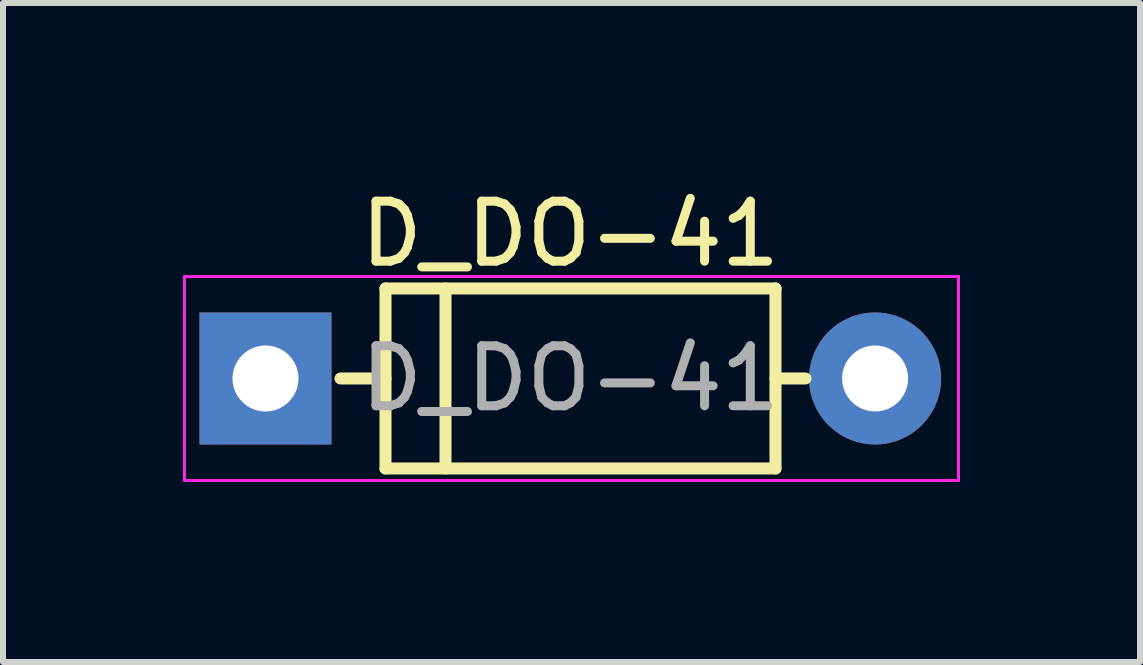
<source format=kicad_pcb>
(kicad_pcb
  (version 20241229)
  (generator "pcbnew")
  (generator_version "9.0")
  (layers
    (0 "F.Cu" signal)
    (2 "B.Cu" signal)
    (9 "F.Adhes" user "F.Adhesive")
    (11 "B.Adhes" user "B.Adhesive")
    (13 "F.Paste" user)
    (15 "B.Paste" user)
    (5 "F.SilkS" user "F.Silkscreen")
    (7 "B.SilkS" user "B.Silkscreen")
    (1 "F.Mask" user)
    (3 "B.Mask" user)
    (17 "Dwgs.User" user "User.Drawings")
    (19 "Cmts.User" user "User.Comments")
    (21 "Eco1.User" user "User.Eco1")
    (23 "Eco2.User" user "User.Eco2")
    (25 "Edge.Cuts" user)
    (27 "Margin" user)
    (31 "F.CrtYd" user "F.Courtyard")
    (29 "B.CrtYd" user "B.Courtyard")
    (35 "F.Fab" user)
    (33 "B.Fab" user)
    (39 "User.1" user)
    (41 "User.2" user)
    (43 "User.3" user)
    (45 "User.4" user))
  (footprint "D_DO-41"
    (layer "F.Cu")
    (at 1.375 3.258)
    (property "Reference" "D_DO-41" (at 5.08 -2.41 0) (layer "F.SilkS") (effects (font (size 1 1) (thickness 0.15))))
    (attr through_hole)
    (fp_line (start 2 -1.5) (end 2 1.5) (stroke (width 0.2) (type solid)) (layer "F.SilkS"))
    (fp_line (start 2 0) (end 1.25 0) (stroke (width 0.2) (type solid)) (layer "F.SilkS"))
    (fp_line (start 2 1.5) (end 8.5 1.5) (stroke (width 0.2) (type solid)) (layer "F.SilkS"))
    (fp_line (start 3 -1.5) (end 3 1.5) (stroke (width 0.2) (type solid)) (layer "F.SilkS"))
    (fp_line (start 8.5 -1.5) (end 2 -1.5) (stroke (width 0.2) (type solid)) (layer "F.SilkS"))
    (fp_line (start 8.5 0) (end 9 0) (stroke (width 0.2) (type solid)) (layer "F.SilkS"))
    (fp_line (start 8.5 1.5) (end 8.5 -1.5) (stroke (width 0.2) (type solid)) (layer "F.SilkS"))
    (fp_line (start -1.35 -1.7) (end -1.35 1.7) (stroke (width 0.05) (type solid)) (layer "F.CrtYd"))
    (fp_line (start -1.35 1.7) (end 11.55 1.7) (stroke (width 0.05) (type solid)) (layer "F.CrtYd"))
    (fp_line (start 11.55 -1.7) (end -1.35 -1.7) (stroke (width 0.05) (type solid)) (layer "F.CrtYd"))
    (fp_line (start 11.55 1.7) (end 11.55 -1.7) (stroke (width 0.05) (type solid)) (layer "F.CrtYd"))
    (fp_text user "${REFERENCE}" (at 5.08 0 0) (layer "F.Fab") (effects (font (size 1 1) (thickness 0.15))))
    (pad "1" thru_hole rect (at 0 0) (size 2.2 2.2) (drill 1.1) (layers "*.Cu" "*.Mask"))
    (pad "2" thru_hole oval (at 10.16 0) (size 2.2 2.2) (drill 1.1) (layers "*.Cu" "*.Mask")))
  (gr_rect
    (start -3 -3)
    (end 15.95 7.983)
    (stroke (width 0.1) (type default))
    (fill no)
    (layer "Edge.Cuts")))
</source>
